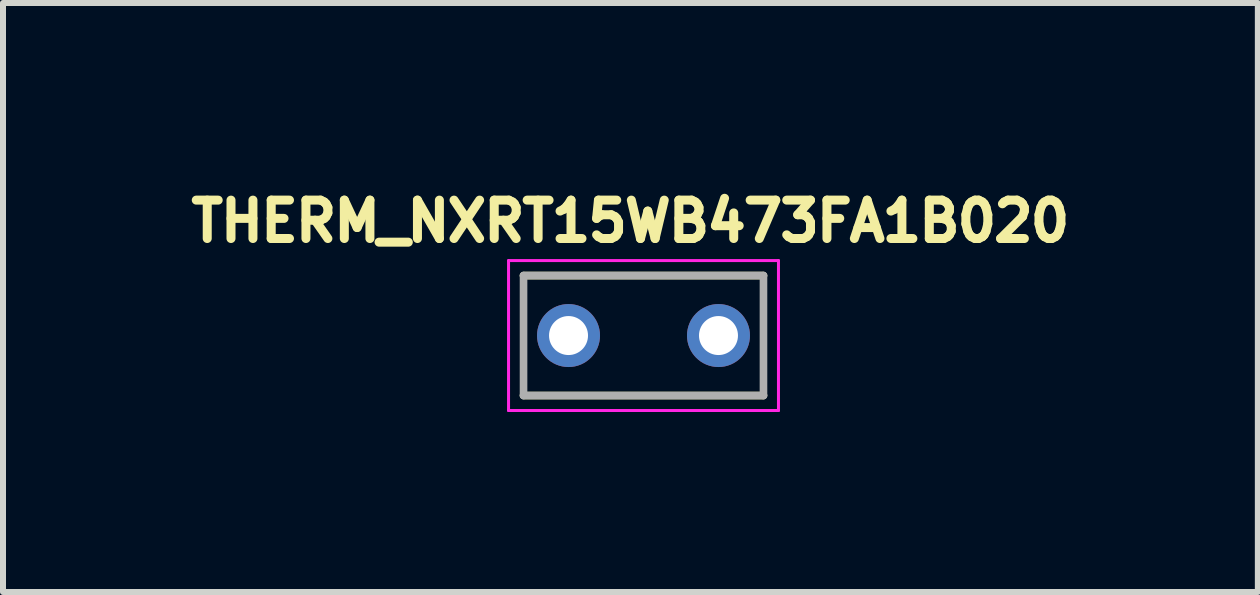
<source format=kicad_pcb>
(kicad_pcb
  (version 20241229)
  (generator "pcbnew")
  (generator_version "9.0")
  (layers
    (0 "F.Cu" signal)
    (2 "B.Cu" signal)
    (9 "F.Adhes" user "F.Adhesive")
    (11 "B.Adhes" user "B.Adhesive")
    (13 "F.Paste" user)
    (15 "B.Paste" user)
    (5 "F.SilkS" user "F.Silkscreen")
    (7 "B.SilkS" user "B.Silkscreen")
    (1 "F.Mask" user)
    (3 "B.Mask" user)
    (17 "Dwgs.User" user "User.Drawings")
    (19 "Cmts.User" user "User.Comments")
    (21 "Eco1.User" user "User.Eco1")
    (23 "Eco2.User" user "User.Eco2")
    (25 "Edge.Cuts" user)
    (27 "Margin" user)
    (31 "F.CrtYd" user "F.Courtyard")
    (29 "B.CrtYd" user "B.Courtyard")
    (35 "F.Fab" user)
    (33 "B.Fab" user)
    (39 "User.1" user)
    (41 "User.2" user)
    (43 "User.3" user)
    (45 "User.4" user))
  (footprint "THERM_NXRT15WB473FA1B020"
    (layer "F.Cu")
    (at 7.678 2.544)
    (property "Reference" "THERM_NXRT15WB473FA1B020" (at -0.218 -1.906 0) (layer "F.SilkS") (effects (font (size 0.64 0.64) (thickness 0.15))))
    (attr through_hole)
    (fp_line (start -2 1) (end 2 1) (stroke (width 0.127) (type solid)) (layer "F.SilkS"))
    (fp_line (start 2 -1) (end -2 -1) (stroke (width 0.127) (type solid)) (layer "F.SilkS"))
    (fp_line (start -2.25 -1.25) (end 2.25 -1.25) (stroke (width 0.05) (type solid)) (layer "F.CrtYd"))
    (fp_line (start -2.25 1.25) (end -2.25 -1.25) (stroke (width 0.05) (type solid)) (layer "F.CrtYd"))
    (fp_line (start 2.25 -1.25) (end 2.25 1.25) (stroke (width 0.05) (type solid)) (layer "F.CrtYd"))
    (fp_line (start 2.25 1.25) (end -2.25 1.25) (stroke (width 0.05) (type solid)) (layer "F.CrtYd"))
    (fp_line (start -2 -1) (end -2 1) (stroke (width 0.127) (type solid)) (layer "F.Fab"))
    (fp_line (start -2 1) (end 2 1) (stroke (width 0.127) (type solid)) (layer "F.Fab"))
    (fp_line (start 2 -1) (end -2 -1) (stroke (width 0.127) (type solid)) (layer "F.Fab"))
    (fp_line (start 2 1) (end 2 -1) (stroke (width 0.127) (type solid)) (layer "F.Fab"))
    (pad "1" thru_hole circle (at -1.25 0) (size 1.05 1.05) (drill 0.65) (layers "*.Cu" "*.Mask"))
    (pad "2" thru_hole circle (at 1.25 0) (size 1.05 1.05) (drill 0.65) (layers "*.Cu" "*.Mask")))
  (gr_rect
    (start -3 -3)
    (end 17.92 6.819)
    (stroke (width 0.1) (type default))
    (fill no)
    (layer "Edge.Cuts")))
</source>
